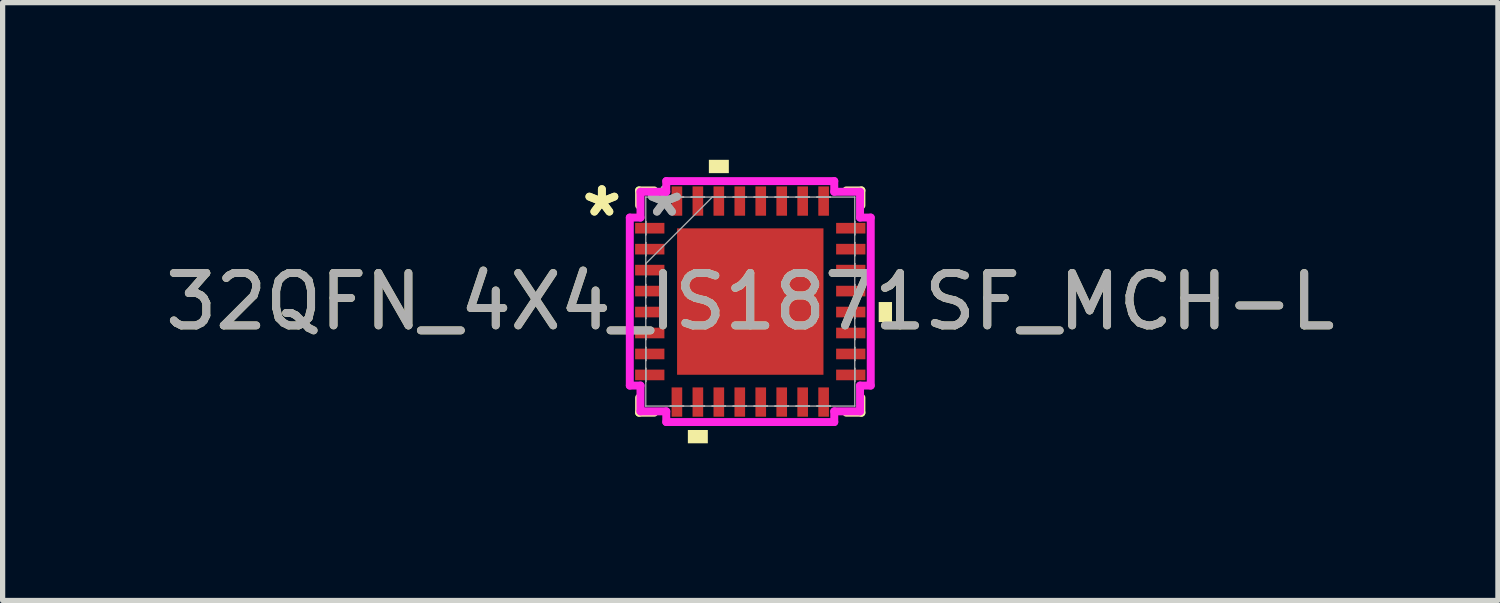
<source format=kicad_pcb>
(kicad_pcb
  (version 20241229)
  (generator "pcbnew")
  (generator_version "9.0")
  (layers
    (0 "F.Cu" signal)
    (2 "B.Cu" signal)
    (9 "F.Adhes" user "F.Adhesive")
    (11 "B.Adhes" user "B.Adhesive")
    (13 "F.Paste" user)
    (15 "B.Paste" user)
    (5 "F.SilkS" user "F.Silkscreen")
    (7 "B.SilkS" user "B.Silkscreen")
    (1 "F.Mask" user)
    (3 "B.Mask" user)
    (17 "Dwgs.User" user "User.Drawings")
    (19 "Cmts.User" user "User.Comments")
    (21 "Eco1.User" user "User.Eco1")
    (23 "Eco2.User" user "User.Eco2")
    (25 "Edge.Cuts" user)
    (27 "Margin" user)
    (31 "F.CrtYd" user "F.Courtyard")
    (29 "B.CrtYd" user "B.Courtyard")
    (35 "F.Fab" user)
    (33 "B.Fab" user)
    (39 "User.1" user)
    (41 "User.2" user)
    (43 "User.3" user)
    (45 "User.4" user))
  (footprint "32QFN_4X4_IS1871SF_MCH-L"
    (layer "F.Cu")
    (at 11.268 2.705)
    (property "Reference" "32QFN_4X4_IS1871SF_MCH-L" (at 0 0 0) (unlocked yes) (layer "F.SilkS") (effects (font (size 1 1) (thickness 0.15))))
    (attr smd)
    (fp_line (start -2.121 -2.121) (end -2.121 -1.834) (stroke (width 0.152) (type solid)) (layer "F.SilkS"))
    (fp_line (start -2.121 1.834) (end -2.121 2.121) (stroke (width 0.152) (type solid)) (layer "F.SilkS"))
    (fp_line (start -2.121 2.121) (end -1.834 2.121) (stroke (width 0.152) (type solid)) (layer "F.SilkS"))
    (fp_line (start -1.834 -2.121) (end -2.121 -2.121) (stroke (width 0.152) (type solid)) (layer "F.SilkS"))
    (fp_line (start 1.834 2.121) (end 2.121 2.121) (stroke (width 0.152) (type solid)) (layer "F.SilkS"))
    (fp_line (start 2.121 -2.121) (end 1.834 -2.121) (stroke (width 0.152) (type solid)) (layer "F.SilkS"))
    (fp_line (start 2.121 -1.834) (end 2.121 -2.121) (stroke (width 0.152) (type solid)) (layer "F.SilkS"))
    (fp_line (start 2.121 2.121) (end 2.121 1.834) (stroke (width 0.152) (type solid)) (layer "F.SilkS"))
    (fp_poly (pts (xy -1.191 2.451) (xy -1.191 2.705) (xy -0.81 2.705) (xy -0.81 2.451)) (stroke (width 0) (type solid)) (fill yes) (layer "F.SilkS"))
    (fp_poly (pts (xy -0.79 -2.451) (xy -0.79 -2.705) (xy -0.409 -2.705) (xy -0.409 -2.451)) (stroke (width 0) (type solid)) (fill yes) (layer "F.SilkS"))
    (fp_poly (pts (xy 2.705 0.009) (xy 2.705 0.391) (xy 2.451 0.391) (xy 2.451 0.009)) (stroke (width 0) (type solid)) (fill yes) (layer "F.SilkS"))
    (fp_poly (pts (xy -1.297 -1.297) (xy -1.297 -0.1) (xy -0.1 -0.1) (xy -0.1 -1.297)) (stroke (width 0) (type solid)) (fill yes) (layer "F.Paste"))
    (fp_poly (pts (xy -1.297 0.1) (xy -1.297 1.297) (xy -0.1 1.297) (xy -0.1 0.1)) (stroke (width 0) (type solid)) (fill yes) (layer "F.Paste"))
    (fp_poly (pts (xy 0.1 -1.297) (xy 0.1 -0.1) (xy 1.297 -0.1) (xy 1.297 -1.297)) (stroke (width 0) (type solid)) (fill yes) (layer "F.Paste"))
    (fp_poly (pts (xy 0.1 0.1) (xy 0.1 1.297) (xy 1.297 1.297) (xy 1.297 0.1)) (stroke (width 0) (type solid)) (fill yes) (layer "F.Paste"))
    (fp_line (start -2.299 -1.603) (end -2.095 -1.603) (stroke (width 0.152) (type solid)) (layer "F.CrtYd"))
    (fp_line (start -2.299 1.603) (end -2.299 -1.603) (stroke (width 0.152) (type solid)) (layer "F.CrtYd"))
    (fp_line (start -2.095 -2.095) (end -1.603 -2.095) (stroke (width 0.152) (type solid)) (layer "F.CrtYd"))
    (fp_line (start -2.095 -1.603) (end -2.095 -2.095) (stroke (width 0.152) (type solid)) (layer "F.CrtYd"))
    (fp_line (start -2.095 1.603) (end -2.299 1.603) (stroke (width 0.152) (type solid)) (layer "F.CrtYd"))
    (fp_line (start -2.095 2.095) (end -2.095 1.603) (stroke (width 0.152) (type solid)) (layer "F.CrtYd"))
    (fp_line (start -1.603 -2.299) (end 1.603 -2.299) (stroke (width 0.152) (type solid)) (layer "F.CrtYd"))
    (fp_line (start -1.603 -2.095) (end -1.603 -2.299) (stroke (width 0.152) (type solid)) (layer "F.CrtYd"))
    (fp_line (start -1.603 2.095) (end -2.095 2.095) (stroke (width 0.152) (type solid)) (layer "F.CrtYd"))
    (fp_line (start -1.603 2.299) (end -1.603 2.095) (stroke (width 0.152) (type solid)) (layer "F.CrtYd"))
    (fp_line (start 1.603 -2.299) (end 1.603 -2.095) (stroke (width 0.152) (type solid)) (layer "F.CrtYd"))
    (fp_line (start 1.603 -2.095) (end 2.095 -2.095) (stroke (width 0.152) (type solid)) (layer "F.CrtYd"))
    (fp_line (start 1.603 2.095) (end 1.603 2.299) (stroke (width 0.152) (type solid)) (layer "F.CrtYd"))
    (fp_line (start 1.603 2.299) (end -1.603 2.299) (stroke (width 0.152) (type solid)) (layer "F.CrtYd"))
    (fp_line (start 2.095 -2.095) (end 2.095 -1.603) (stroke (width 0.152) (type solid)) (layer "F.CrtYd"))
    (fp_line (start 2.095 -1.603) (end 2.299 -1.603) (stroke (width 0.152) (type solid)) (layer "F.CrtYd"))
    (fp_line (start 2.095 1.603) (end 2.095 2.095) (stroke (width 0.152) (type solid)) (layer "F.CrtYd"))
    (fp_line (start 2.095 2.095) (end 1.603 2.095) (stroke (width 0.152) (type solid)) (layer "F.CrtYd"))
    (fp_line (start 2.299 -1.603) (end 2.299 1.603) (stroke (width 0.152) (type solid)) (layer "F.CrtYd"))
    (fp_line (start 2.299 1.603) (end 2.095 1.603) (stroke (width 0.152) (type solid)) (layer "F.CrtYd"))
    (fp_line (start -1.994 -1.994) (end -1.994 -1.994) (stroke (width 0.025) (type solid)) (layer "F.Fab"))
    (fp_line (start -1.994 -1.994) (end -1.994 1.994) (stroke (width 0.025) (type solid)) (layer "F.Fab"))
    (fp_line (start -1.994 -1.527) (end -1.994 -1.527) (stroke (width 0.025) (type solid)) (layer "F.Fab"))
    (fp_line (start -1.994 -1.527) (end -1.994 -1.273) (stroke (width 0.025) (type solid)) (layer "F.Fab"))
    (fp_line (start -1.994 -1.273) (end -1.994 -1.527) (stroke (width 0.025) (type solid)) (layer "F.Fab"))
    (fp_line (start -1.994 -1.273) (end -1.994 -1.273) (stroke (width 0.025) (type solid)) (layer "F.Fab"))
    (fp_line (start -1.994 -1.127) (end -1.994 -1.127) (stroke (width 0.025) (type solid)) (layer "F.Fab"))
    (fp_line (start -1.994 -1.127) (end -1.994 -0.873) (stroke (width 0.025) (type solid)) (layer "F.Fab"))
    (fp_line (start -1.994 -0.873) (end -1.994 -1.127) (stroke (width 0.025) (type solid)) (layer "F.Fab"))
    (fp_line (start -1.994 -0.873) (end -1.994 -0.873) (stroke (width 0.025) (type solid)) (layer "F.Fab"))
    (fp_line (start -1.994 -0.727) (end -1.994 -0.727) (stroke (width 0.025) (type solid)) (layer "F.Fab"))
    (fp_line (start -1.994 -0.727) (end -1.994 -0.473) (stroke (width 0.025) (type solid)) (layer "F.Fab"))
    (fp_line (start -1.994 -0.724) (end -0.724 -1.994) (stroke (width 0.025) (type solid)) (layer "F.Fab"))
    (fp_line (start -1.994 -0.473) (end -1.994 -0.727) (stroke (width 0.025) (type solid)) (layer "F.Fab"))
    (fp_line (start -1.994 -0.473) (end -1.994 -0.473) (stroke (width 0.025) (type solid)) (layer "F.Fab"))
    (fp_line (start -1.994 -0.327) (end -1.994 -0.327) (stroke (width 0.025) (type solid)) (layer "F.Fab"))
    (fp_line (start -1.994 -0.327) (end -1.994 -0.073) (stroke (width 0.025) (type solid)) (layer "F.Fab"))
    (fp_line (start -1.994 -0.073) (end -1.994 -0.327) (stroke (width 0.025) (type solid)) (layer "F.Fab"))
    (fp_line (start -1.994 -0.073) (end -1.994 -0.073) (stroke (width 0.025) (type solid)) (layer "F.Fab"))
    (fp_line (start -1.994 0.073) (end -1.994 0.073) (stroke (width 0.025) (type solid)) (layer "F.Fab"))
    (fp_line (start -1.994 0.073) (end -1.994 0.327) (stroke (width 0.025) (type solid)) (layer "F.Fab"))
    (fp_line (start -1.994 0.327) (end -1.994 0.073) (stroke (width 0.025) (type solid)) (layer "F.Fab"))
    (fp_line (start -1.994 0.327) (end -1.994 0.327) (stroke (width 0.025) (type solid)) (layer "F.Fab"))
    (fp_line (start -1.994 0.473) (end -1.994 0.473) (stroke (width 0.025) (type solid)) (layer "F.Fab"))
    (fp_line (start -1.994 0.473) (end -1.994 0.727) (stroke (width 0.025) (type solid)) (layer "F.Fab"))
    (fp_line (start -1.994 0.727) (end -1.994 0.473) (stroke (width 0.025) (type solid)) (layer "F.Fab"))
    (fp_line (start -1.994 0.727) (end -1.994 0.727) (stroke (width 0.025) (type solid)) (layer "F.Fab"))
    (fp_line (start -1.994 0.873) (end -1.994 0.873) (stroke (width 0.025) (type solid)) (layer "F.Fab"))
    (fp_line (start -1.994 0.873) (end -1.994 1.127) (stroke (width 0.025) (type solid)) (layer "F.Fab"))
    (fp_line (start -1.994 1.127) (end -1.994 0.873) (stroke (width 0.025) (type solid)) (layer "F.Fab"))
    (fp_line (start -1.994 1.127) (end -1.994 1.127) (stroke (width 0.025) (type solid)) (layer "F.Fab"))
    (fp_line (start -1.994 1.273) (end -1.994 1.273) (stroke (width 0.025) (type solid)) (layer "F.Fab"))
    (fp_line (start -1.994 1.273) (end -1.994 1.527) (stroke (width 0.025) (type solid)) (layer "F.Fab"))
    (fp_line (start -1.994 1.527) (end -1.994 1.273) (stroke (width 0.025) (type solid)) (layer "F.Fab"))
    (fp_line (start -1.994 1.527) (end -1.994 1.527) (stroke (width 0.025) (type solid)) (layer "F.Fab"))
    (fp_line (start -1.994 1.994) (end -1.994 1.994) (stroke (width 0.025) (type solid)) (layer "F.Fab"))
    (fp_line (start -1.994 1.994) (end 1.994 1.994) (stroke (width 0.025) (type solid)) (layer "F.Fab"))
    (fp_line (start -1.527 -1.994) (end -1.527 -1.994) (stroke (width 0.025) (type solid)) (layer "F.Fab"))
    (fp_line (start -1.527 -1.994) (end -1.273 -1.994) (stroke (width 0.025) (type solid)) (layer "F.Fab"))
    (fp_line (start -1.527 1.994) (end -1.527 1.994) (stroke (width 0.025) (type solid)) (layer "F.Fab"))
    (fp_line (start -1.527 1.994) (end -1.273 1.994) (stroke (width 0.025) (type solid)) (layer "F.Fab"))
    (fp_line (start -1.273 -1.994) (end -1.527 -1.994) (stroke (width 0.025) (type solid)) (layer "F.Fab"))
    (fp_line (start -1.273 -1.994) (end -1.273 -1.994) (stroke (width 0.025) (type solid)) (layer "F.Fab"))
    (fp_line (start -1.273 1.994) (end -1.527 1.994) (stroke (width 0.025) (type solid)) (layer "F.Fab"))
    (fp_line (start -1.273 1.994) (end -1.273 1.994) (stroke (width 0.025) (type solid)) (layer "F.Fab"))
    (fp_line (start -1.127 -1.994) (end -1.127 -1.994) (stroke (width 0.025) (type solid)) (layer "F.Fab"))
    (fp_line (start -1.127 -1.994) (end -0.873 -1.994) (stroke (width 0.025) (type solid)) (layer "F.Fab"))
    (fp_line (start -1.127 1.994) (end -1.127 1.994) (stroke (width 0.025) (type solid)) (layer "F.Fab"))
    (fp_line (start -1.127 1.994) (end -0.873 1.994) (stroke (width 0.025) (type solid)) (layer "F.Fab"))
    (fp_line (start -0.873 -1.994) (end -1.127 -1.994) (stroke (width 0.025) (type solid)) (layer "F.Fab"))
    (fp_line (start -0.873 -1.994) (end -0.873 -1.994) (stroke (width 0.025) (type solid)) (layer "F.Fab"))
    (fp_line (start -0.873 1.994) (end -1.127 1.994) (stroke (width 0.025) (type solid)) (layer "F.Fab"))
    (fp_line (start -0.873 1.994) (end -0.873 1.994) (stroke (width 0.025) (type solid)) (layer "F.Fab"))
    (fp_line (start -0.727 -1.994) (end -0.727 -1.994) (stroke (width 0.025) (type solid)) (layer "F.Fab"))
    (fp_line (start -0.727 -1.994) (end -0.473 -1.994) (stroke (width 0.025) (type solid)) (layer "F.Fab"))
    (fp_line (start -0.727 1.994) (end -0.727 1.994) (stroke (width 0.025) (type solid)) (layer "F.Fab"))
    (fp_line (start -0.727 1.994) (end -0.473 1.994) (stroke (width 0.025) (type solid)) (layer "F.Fab"))
    (fp_line (start -0.473 -1.994) (end -0.727 -1.994) (stroke (width 0.025) (type solid)) (layer "F.Fab"))
    (fp_line (start -0.473 -1.994) (end -0.473 -1.994) (stroke (width 0.025) (type solid)) (layer "F.Fab"))
    (fp_line (start -0.473 1.994) (end -0.727 1.994) (stroke (width 0.025) (type solid)) (layer "F.Fab"))
    (fp_line (start -0.473 1.994) (end -0.473 1.994) (stroke (width 0.025) (type solid)) (layer "F.Fab"))
    (fp_line (start -0.327 -1.994) (end -0.327 -1.994) (stroke (width 0.025) (type solid)) (layer "F.Fab"))
    (fp_line (start -0.327 -1.994) (end -0.073 -1.994) (stroke (width 0.025) (type solid)) (layer "F.Fab"))
    (fp_line (start -0.327 1.994) (end -0.327 1.994) (stroke (width 0.025) (type solid)) (layer "F.Fab"))
    (fp_line (start -0.327 1.994) (end -0.073 1.994) (stroke (width 0.025) (type solid)) (layer "F.Fab"))
    (fp_line (start -0.073 -1.994) (end -0.327 -1.994) (stroke (width 0.025) (type solid)) (layer "F.Fab"))
    (fp_line (start -0.073 -1.994) (end -0.073 -1.994) (stroke (width 0.025) (type solid)) (layer "F.Fab"))
    (fp_line (start -0.073 1.994) (end -0.327 1.994) (stroke (width 0.025) (type solid)) (layer "F.Fab"))
    (fp_line (start -0.073 1.994) (end -0.073 1.994) (stroke (width 0.025) (type solid)) (layer "F.Fab"))
    (fp_line (start 0.073 -1.994) (end 0.073 -1.994) (stroke (width 0.025) (type solid)) (layer "F.Fab"))
    (fp_line (start 0.073 -1.994) (end 0.327 -1.994) (stroke (width 0.025) (type solid)) (layer "F.Fab"))
    (fp_line (start 0.073 1.994) (end 0.073 1.994) (stroke (width 0.025) (type solid)) (layer "F.Fab"))
    (fp_line (start 0.073 1.994) (end 0.327 1.994) (stroke (width 0.025) (type solid)) (layer "F.Fab"))
    (fp_line (start 0.327 -1.994) (end 0.073 -1.994) (stroke (width 0.025) (type solid)) (layer "F.Fab"))
    (fp_line (start 0.327 -1.994) (end 0.327 -1.994) (stroke (width 0.025) (type solid)) (layer "F.Fab"))
    (fp_line (start 0.327 1.994) (end 0.073 1.994) (stroke (width 0.025) (type solid)) (layer "F.Fab"))
    (fp_line (start 0.327 1.994) (end 0.327 1.994) (stroke (width 0.025) (type solid)) (layer "F.Fab"))
    (fp_line (start 0.473 -1.994) (end 0.473 -1.994) (stroke (width 0.025) (type solid)) (layer "F.Fab"))
    (fp_line (start 0.473 -1.994) (end 0.727 -1.994) (stroke (width 0.025) (type solid)) (layer "F.Fab"))
    (fp_line (start 0.473 1.994) (end 0.473 1.994) (stroke (width 0.025) (type solid)) (layer "F.Fab"))
    (fp_line (start 0.473 1.994) (end 0.727 1.994) (stroke (width 0.025) (type solid)) (layer "F.Fab"))
    (fp_line (start 0.727 -1.994) (end 0.473 -1.994) (stroke (width 0.025) (type solid)) (layer "F.Fab"))
    (fp_line (start 0.727 -1.994) (end 0.727 -1.994) (stroke (width 0.025) (type solid)) (layer "F.Fab"))
    (fp_line (start 0.727 1.994) (end 0.473 1.994) (stroke (width 0.025) (type solid)) (layer "F.Fab"))
    (fp_line (start 0.727 1.994) (end 0.727 1.994) (stroke (width 0.025) (type solid)) (layer "F.Fab"))
    (fp_line (start 0.873 -1.994) (end 0.873 -1.994) (stroke (width 0.025) (type solid)) (layer "F.Fab"))
    (fp_line (start 0.873 -1.994) (end 1.127 -1.994) (stroke (width 0.025) (type solid)) (layer "F.Fab"))
    (fp_line (start 0.873 1.994) (end 0.873 1.994) (stroke (width 0.025) (type solid)) (layer "F.Fab"))
    (fp_line (start 0.873 1.994) (end 1.127 1.994) (stroke (width 0.025) (type solid)) (layer "F.Fab"))
    (fp_line (start 1.127 -1.994) (end 0.873 -1.994) (stroke (width 0.025) (type solid)) (layer "F.Fab"))
    (fp_line (start 1.127 -1.994) (end 1.127 -1.994) (stroke (width 0.025) (type solid)) (layer "F.Fab"))
    (fp_line (start 1.127 1.994) (end 0.873 1.994) (stroke (width 0.025) (type solid)) (layer "F.Fab"))
    (fp_line (start 1.127 1.994) (end 1.127 1.994) (stroke (width 0.025) (type solid)) (layer "F.Fab"))
    (fp_line (start 1.273 -1.994) (end 1.273 -1.994) (stroke (width 0.025) (type solid)) (layer "F.Fab"))
    (fp_line (start 1.273 -1.994) (end 1.527 -1.994) (stroke (width 0.025) (type solid)) (layer "F.Fab"))
    (fp_line (start 1.273 1.994) (end 1.273 1.994) (stroke (width 0.025) (type solid)) (layer "F.Fab"))
    (fp_line (start 1.273 1.994) (end 1.527 1.994) (stroke (width 0.025) (type solid)) (layer "F.Fab"))
    (fp_line (start 1.527 -1.994) (end 1.273 -1.994) (stroke (width 0.025) (type solid)) (layer "F.Fab"))
    (fp_line (start 1.527 -1.994) (end 1.527 -1.994) (stroke (width 0.025) (type solid)) (layer "F.Fab"))
    (fp_line (start 1.527 1.994) (end 1.273 1.994) (stroke (width 0.025) (type solid)) (layer "F.Fab"))
    (fp_line (start 1.527 1.994) (end 1.527 1.994) (stroke (width 0.025) (type solid)) (layer "F.Fab"))
    (fp_line (start 1.994 -1.994) (end -1.994 -1.994) (stroke (width 0.025) (type solid)) (layer "F.Fab"))
    (fp_line (start 1.994 -1.994) (end 1.994 -1.994) (stroke (width 0.025) (type solid)) (layer "F.Fab"))
    (fp_line (start 1.994 -1.527) (end 1.994 -1.527) (stroke (width 0.025) (type solid)) (layer "F.Fab"))
    (fp_line (start 1.994 -1.527) (end 1.994 -1.273) (stroke (width 0.025) (type solid)) (layer "F.Fab"))
    (fp_line (start 1.994 -1.273) (end 1.994 -1.527) (stroke (width 0.025) (type solid)) (layer "F.Fab"))
    (fp_line (start 1.994 -1.273) (end 1.994 -1.273) (stroke (width 0.025) (type solid)) (layer "F.Fab"))
    (fp_line (start 1.994 -1.127) (end 1.994 -1.127) (stroke (width 0.025) (type solid)) (layer "F.Fab"))
    (fp_line (start 1.994 -1.127) (end 1.994 -0.873) (stroke (width 0.025) (type solid)) (layer "F.Fab"))
    (fp_line (start 1.994 -0.873) (end 1.994 -1.127) (stroke (width 0.025) (type solid)) (layer "F.Fab"))
    (fp_line (start 1.994 -0.873) (end 1.994 -0.873) (stroke (width 0.025) (type solid)) (layer "F.Fab"))
    (fp_line (start 1.994 -0.727) (end 1.994 -0.727) (stroke (width 0.025) (type solid)) (layer "F.Fab"))
    (fp_line (start 1.994 -0.727) (end 1.994 -0.473) (stroke (width 0.025) (type solid)) (layer "F.Fab"))
    (fp_line (start 1.994 -0.473) (end 1.994 -0.727) (stroke (width 0.025) (type solid)) (layer "F.Fab"))
    (fp_line (start 1.994 -0.473) (end 1.994 -0.473) (stroke (width 0.025) (type solid)) (layer "F.Fab"))
    (fp_line (start 1.994 -0.327) (end 1.994 -0.327) (stroke (width 0.025) (type solid)) (layer "F.Fab"))
    (fp_line (start 1.994 -0.327) (end 1.994 -0.073) (stroke (width 0.025) (type solid)) (layer "F.Fab"))
    (fp_line (start 1.994 -0.073) (end 1.994 -0.327) (stroke (width 0.025) (type solid)) (layer "F.Fab"))
    (fp_line (start 1.994 -0.073) (end 1.994 -0.073) (stroke (width 0.025) (type solid)) (layer "F.Fab"))
    (fp_line (start 1.994 0.073) (end 1.994 0.073) (stroke (width 0.025) (type solid)) (layer "F.Fab"))
    (fp_line (start 1.994 0.073) (end 1.994 0.327) (stroke (width 0.025) (type solid)) (layer "F.Fab"))
    (fp_line (start 1.994 0.327) (end 1.994 0.073) (stroke (width 0.025) (type solid)) (layer "F.Fab"))
    (fp_line (start 1.994 0.327) (end 1.994 0.327) (stroke (width 0.025) (type solid)) (layer "F.Fab"))
    (fp_line (start 1.994 0.473) (end 1.994 0.473) (stroke (width 0.025) (type solid)) (layer "F.Fab"))
    (fp_line (start 1.994 0.473) (end 1.994 0.727) (stroke (width 0.025) (type solid)) (layer "F.Fab"))
    (fp_line (start 1.994 0.727) (end 1.994 0.473) (stroke (width 0.025) (type solid)) (layer "F.Fab"))
    (fp_line (start 1.994 0.727) (end 1.994 0.727) (stroke (width 0.025) (type solid)) (layer "F.Fab"))
    (fp_line (start 1.994 0.873) (end 1.994 0.873) (stroke (width 0.025) (type solid)) (layer "F.Fab"))
    (fp_line (start 1.994 0.873) (end 1.994 1.127) (stroke (width 0.025) (type solid)) (layer "F.Fab"))
    (fp_line (start 1.994 1.127) (end 1.994 0.873) (stroke (width 0.025) (type solid)) (layer "F.Fab"))
    (fp_line (start 1.994 1.127) (end 1.994 1.127) (stroke (width 0.025) (type solid)) (layer "F.Fab"))
    (fp_line (start 1.994 1.273) (end 1.994 1.273) (stroke (width 0.025) (type solid)) (layer "F.Fab"))
    (fp_line (start 1.994 1.273) (end 1.994 1.527) (stroke (width 0.025) (type solid)) (layer "F.Fab"))
    (fp_line (start 1.994 1.527) (end 1.994 1.273) (stroke (width 0.025) (type solid)) (layer "F.Fab"))
    (fp_line (start 1.994 1.527) (end 1.994 1.527) (stroke (width 0.025) (type solid)) (layer "F.Fab"))
    (fp_line (start 1.994 1.994) (end 1.994 -1.994) (stroke (width 0.025) (type solid)) (layer "F.Fab"))
    (fp_line (start 1.994 1.994) (end 1.994 1.994) (stroke (width 0.025) (type solid)) (layer "F.Fab"))
    (fp_text user "*" (at -2.832 -1.6 0) (layer "F.SilkS") (effects (font (size 1 1) (thickness 0.15))))
    (fp_text user "*" (at -2.832 -1.6 0) (unlocked yes) (layer "F.SilkS") (effects (font (size 1 1) (thickness 0.15))))
    (fp_text user "${REFERENCE}" (at 0 0 0) (unlocked yes) (layer "F.Fab") (effects (font (size 1 1) (thickness 0.15))))
    (fp_text user "*" (at -1.638 -1.6 0) (layer "F.Fab") (effects (font (size 1 1) (thickness 0.15))))
    (fp_text user "*" (at -1.638 -1.6 0) (unlocked yes) (layer "F.Fab") (effects (font (size 1 1) (thickness 0.15))))
    (pad "1" smd rect (at -1.918 -1.4 90) (size 0.203 0.559) (layers "F.Cu" "F.Mask" "F.Paste"))
    (pad "2" smd rect (at -1.918 -1 90) (size 0.203 0.559) (layers "F.Cu" "F.Mask" "F.Paste"))
    (pad "3" smd rect (at -1.918 -0.6 90) (size 0.203 0.559) (layers "F.Cu" "F.Mask" "F.Paste"))
    (pad "4" smd rect (at -1.918 -0.2 90) (size 0.203 0.559) (layers "F.Cu" "F.Mask" "F.Paste"))
    (pad "5" smd rect (at -1.918 0.2 90) (size 0.203 0.559) (layers "F.Cu" "F.Mask" "F.Paste"))
    (pad "6" smd rect (at -1.918 0.6 90) (size 0.203 0.559) (layers "F.Cu" "F.Mask" "F.Paste"))
    (pad "7" smd rect (at -1.918 1 90) (size 0.203 0.559) (layers "F.Cu" "F.Mask" "F.Paste"))
    (pad "8" smd rect (at -1.918 1.4 90) (size 0.203 0.559) (layers "F.Cu" "F.Mask" "F.Paste"))
    (pad "9" smd rect (at -1.4 1.918) (size 0.203 0.559) (layers "F.Cu" "F.Mask" "F.Paste"))
    (pad "10" smd rect (at -1 1.918) (size 0.203 0.559) (layers "F.Cu" "F.Mask" "F.Paste"))
    (pad "11" smd rect (at -0.6 1.918) (size 0.203 0.559) (layers "F.Cu" "F.Mask" "F.Paste"))
    (pad "12" smd rect (at -0.2 1.918) (size 0.203 0.559) (layers "F.Cu" "F.Mask" "F.Paste"))
    (pad "13" smd rect (at 0.2 1.918) (size 0.203 0.559) (layers "F.Cu" "F.Mask" "F.Paste"))
    (pad "14" smd rect (at 0.6 1.918) (size 0.203 0.559) (layers "F.Cu" "F.Mask" "F.Paste"))
    (pad "15" smd rect (at 1 1.918) (size 0.203 0.559) (layers "F.Cu" "F.Mask" "F.Paste"))
    (pad "16" smd rect (at 1.4 1.918) (size 0.203 0.559) (layers "F.Cu" "F.Mask" "F.Paste"))
    (pad "17" smd rect (at 1.918 1.4 90) (size 0.203 0.559) (layers "F.Cu" "F.Mask" "F.Paste"))
    (pad "18" smd rect (at 1.918 1 90) (size 0.203 0.559) (layers "F.Cu" "F.Mask" "F.Paste"))
    (pad "19" smd rect (at 1.918 0.6 90) (size 0.203 0.559) (layers "F.Cu" "F.Mask" "F.Paste"))
    (pad "20" smd rect (at 1.918 0.2 90) (size 0.203 0.559) (layers "F.Cu" "F.Mask" "F.Paste"))
    (pad "21" smd rect (at 1.918 -0.2 90) (size 0.203 0.559) (layers "F.Cu" "F.Mask" "F.Paste"))
    (pad "22" smd rect (at 1.918 -0.6 90) (size 0.203 0.559) (layers "F.Cu" "F.Mask" "F.Paste"))
    (pad "23" smd rect (at 1.918 -1 90) (size 0.203 0.559) (layers "F.Cu" "F.Mask" "F.Paste"))
    (pad "24" smd rect (at 1.918 -1.4 90) (size 0.203 0.559) (layers "F.Cu" "F.Mask" "F.Paste"))
    (pad "25" smd rect (at 1.4 -1.918) (size 0.203 0.559) (layers "F.Cu" "F.Mask" "F.Paste"))
    (pad "26" smd rect (at 1 -1.918) (size 0.203 0.559) (layers "F.Cu" "F.Mask" "F.Paste"))
    (pad "27" smd rect (at 0.6 -1.918) (size 0.203 0.559) (layers "F.Cu" "F.Mask" "F.Paste"))
    (pad "28" smd rect (at 0.2 -1.918) (size 0.203 0.559) (layers "F.Cu" "F.Mask" "F.Paste"))
    (pad "29" smd rect (at -0.2 -1.918) (size 0.203 0.559) (layers "F.Cu" "F.Mask" "F.Paste"))
    (pad "30" smd rect (at -0.6 -1.918) (size 0.203 0.559) (layers "F.Cu" "F.Mask" "F.Paste"))
    (pad "31" smd rect (at -1 -1.918) (size 0.203 0.559) (layers "F.Cu" "F.Mask" "F.Paste"))
    (pad "32" smd rect (at -1.4 -1.918) (size 0.203 0.559) (layers "F.Cu" "F.Mask" "F.Paste"))
    (pad "33" smd rect (at 0 0) (size 2.794 2.794) (layers "F.Cu" "F.Mask" "F.Paste")))
  (gr_rect
    (start -3 -3)
    (end 25.536 8.41)
    (stroke (width 0.1) (type default))
    (fill no)
    (layer "Edge.Cuts")))
</source>
